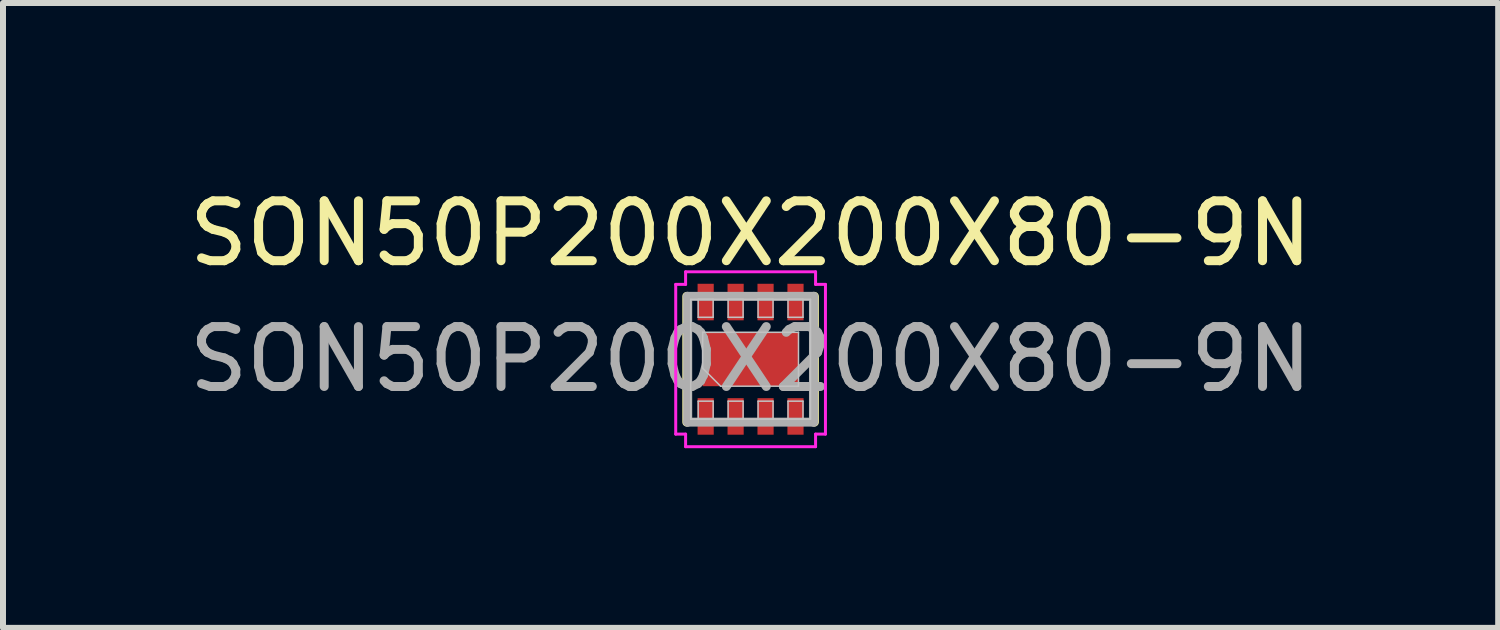
<source format=kicad_pcb>
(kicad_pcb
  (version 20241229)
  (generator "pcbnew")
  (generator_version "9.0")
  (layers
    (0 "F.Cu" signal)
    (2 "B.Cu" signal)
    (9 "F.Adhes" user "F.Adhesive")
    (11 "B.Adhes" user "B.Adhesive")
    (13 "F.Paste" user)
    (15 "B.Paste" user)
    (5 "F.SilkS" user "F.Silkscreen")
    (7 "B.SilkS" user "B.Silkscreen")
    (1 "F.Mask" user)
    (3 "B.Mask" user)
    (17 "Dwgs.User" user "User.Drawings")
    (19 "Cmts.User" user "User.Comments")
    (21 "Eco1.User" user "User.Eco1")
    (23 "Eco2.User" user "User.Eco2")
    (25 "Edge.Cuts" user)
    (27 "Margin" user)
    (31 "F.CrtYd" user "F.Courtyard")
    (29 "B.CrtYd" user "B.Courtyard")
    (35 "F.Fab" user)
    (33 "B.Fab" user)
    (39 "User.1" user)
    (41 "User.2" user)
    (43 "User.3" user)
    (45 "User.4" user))
  (footprint "SON50P200X200X80-9N"
    (layer "F.Cu")
    (at 9.482 2.948)
    (property "Reference" "SON50P200X200X80-9N" (at 0 0 0) (layer "F.Fab") (effects (font (size 1 1) (thickness 0.15))))
    (attr smd)
    (fp_line (start -1.065 1.05) (end -1.065 -1.05) (stroke (width 0.15) (type solid)) (layer "F.SilkS"))
    (fp_line (start 1.065 1.05) (end 1.065 -1.05) (stroke (width 0.15) (type solid)) (layer "F.SilkS"))
    (fp_line (start -1 -1) (end 1 -1) (stroke (width 0.025) (type solid)) (layer "Dwgs.User"))
    (fp_line (start -1 1) (end -1 -1) (stroke (width 0.025) (type solid)) (layer "Dwgs.User"))
    (fp_line (start -0.875 -1) (end -0.625 -1) (stroke (width 0.025) (type solid)) (layer "Dwgs.User"))
    (fp_line (start -0.875 -0.7) (end -0.875 -1) (stroke (width 0.025) (type solid)) (layer "Dwgs.User"))
    (fp_line (start -0.875 0.7) (end -0.625 0.7) (stroke (width 0.025) (type solid)) (layer "Dwgs.User"))
    (fp_line (start -0.875 1) (end -0.875 0.7) (stroke (width 0.025) (type solid)) (layer "Dwgs.User"))
    (fp_line (start -0.8 -0.45) (end -0.8 0.15) (stroke (width 0.025) (type solid)) (layer "Dwgs.User"))
    (fp_line (start -0.8 0.15) (end -0.5 0.45) (stroke (width 0.025) (type solid)) (layer "Dwgs.User"))
    (fp_line (start -0.625 -1) (end -0.625 -0.7) (stroke (width 0.025) (type solid)) (layer "Dwgs.User"))
    (fp_line (start -0.625 -0.7) (end -0.875 -0.7) (stroke (width 0.025) (type solid)) (layer "Dwgs.User"))
    (fp_line (start -0.625 0.7) (end -0.625 1) (stroke (width 0.025) (type solid)) (layer "Dwgs.User"))
    (fp_line (start -0.625 1) (end -0.875 1) (stroke (width 0.025) (type solid)) (layer "Dwgs.User"))
    (fp_line (start -0.5 0.45) (end 0.8 0.45) (stroke (width 0.025) (type solid)) (layer "Dwgs.User"))
    (fp_line (start -0.375 -1) (end -0.125 -1) (stroke (width 0.025) (type solid)) (layer "Dwgs.User"))
    (fp_line (start -0.375 -0.7) (end -0.375 -1) (stroke (width 0.025) (type solid)) (layer "Dwgs.User"))
    (fp_line (start -0.375 0.7) (end -0.125 0.7) (stroke (width 0.025) (type solid)) (layer "Dwgs.User"))
    (fp_line (start -0.375 1) (end -0.375 0.7) (stroke (width 0.025) (type solid)) (layer "Dwgs.User"))
    (fp_line (start -0.125 -1) (end -0.125 -0.7) (stroke (width 0.025) (type solid)) (layer "Dwgs.User"))
    (fp_line (start -0.125 -0.7) (end -0.375 -0.7) (stroke (width 0.025) (type solid)) (layer "Dwgs.User"))
    (fp_line (start -0.125 0.7) (end -0.125 1) (stroke (width 0.025) (type solid)) (layer "Dwgs.User"))
    (fp_line (start -0.125 1) (end -0.375 1) (stroke (width 0.025) (type solid)) (layer "Dwgs.User"))
    (fp_line (start 0.125 -1) (end 0.375 -1) (stroke (width 0.025) (type solid)) (layer "Dwgs.User"))
    (fp_line (start 0.125 -0.7) (end 0.125 -1) (stroke (width 0.025) (type solid)) (layer "Dwgs.User"))
    (fp_line (start 0.125 0.7) (end 0.375 0.7) (stroke (width 0.025) (type solid)) (layer "Dwgs.User"))
    (fp_line (start 0.125 1) (end 0.125 0.7) (stroke (width 0.025) (type solid)) (layer "Dwgs.User"))
    (fp_line (start 0.375 -1) (end 0.375 -0.7) (stroke (width 0.025) (type solid)) (layer "Dwgs.User"))
    (fp_line (start 0.375 -0.7) (end 0.125 -0.7) (stroke (width 0.025) (type solid)) (layer "Dwgs.User"))
    (fp_line (start 0.375 0.7) (end 0.375 1) (stroke (width 0.025) (type solid)) (layer "Dwgs.User"))
    (fp_line (start 0.375 1) (end 0.125 1) (stroke (width 0.025) (type solid)) (layer "Dwgs.User"))
    (fp_line (start 0.625 -1) (end 0.875 -1) (stroke (width 0.025) (type solid)) (layer "Dwgs.User"))
    (fp_line (start 0.625 -0.7) (end 0.625 -1) (stroke (width 0.025) (type solid)) (layer "Dwgs.User"))
    (fp_line (start 0.625 0.7) (end 0.875 0.7) (stroke (width 0.025) (type solid)) (layer "Dwgs.User"))
    (fp_line (start 0.625 1) (end 0.625 0.7) (stroke (width 0.025) (type solid)) (layer "Dwgs.User"))
    (fp_line (start 0.8 -0.45) (end -0.8 -0.45) (stroke (width 0.025) (type solid)) (layer "Dwgs.User"))
    (fp_line (start 0.8 0.45) (end 0.8 -0.45) (stroke (width 0.025) (type solid)) (layer "Dwgs.User"))
    (fp_line (start 0.875 -1) (end 0.875 -0.7) (stroke (width 0.025) (type solid)) (layer "Dwgs.User"))
    (fp_line (start 0.875 -0.7) (end 0.625 -0.7) (stroke (width 0.025) (type solid)) (layer "Dwgs.User"))
    (fp_line (start 0.875 0.7) (end 0.875 1) (stroke (width 0.025) (type solid)) (layer "Dwgs.User"))
    (fp_line (start 0.875 1) (end 0.625 1) (stroke (width 0.025) (type solid)) (layer "Dwgs.User"))
    (fp_line (start 1 -1) (end 1 1) (stroke (width 0.025) (type solid)) (layer "Dwgs.User"))
    (fp_line (start 1 1) (end -1 1) (stroke (width 0.025) (type solid)) (layer "Dwgs.User"))
    (fp_line (start -1.25 -1.25) (end -1.25 1.25) (stroke (width 0.05) (type solid)) (layer "F.CrtYd"))
    (fp_line (start -1.25 1.25) (end -1.085 1.25) (stroke (width 0.05) (type solid)) (layer "F.CrtYd"))
    (fp_line (start -1.085 -1.46) (end -1.085 -1.25) (stroke (width 0.05) (type solid)) (layer "F.CrtYd"))
    (fp_line (start -1.085 -1.25) (end -1.25 -1.25) (stroke (width 0.05) (type solid)) (layer "F.CrtYd"))
    (fp_line (start -1.085 1.25) (end -1.085 1.46) (stroke (width 0.05) (type solid)) (layer "F.CrtYd"))
    (fp_line (start -1.085 1.46) (end 1.085 1.46) (stroke (width 0.05) (type solid)) (layer "F.CrtYd"))
    (fp_line (start 1.085 -1.46) (end -1.085 -1.46) (stroke (width 0.05) (type solid)) (layer "F.CrtYd"))
    (fp_line (start 1.085 -1.25) (end 1.085 -1.46) (stroke (width 0.05) (type solid)) (layer "F.CrtYd"))
    (fp_line (start 1.085 1.25) (end 1.25 1.25) (stroke (width 0.05) (type solid)) (layer "F.CrtYd"))
    (fp_line (start 1.085 1.46) (end 1.085 1.25) (stroke (width 0.05) (type solid)) (layer "F.CrtYd"))
    (fp_line (start 1.25 -1.25) (end 1.085 -1.25) (stroke (width 0.05) (type solid)) (layer "F.CrtYd"))
    (fp_line (start 1.25 1.25) (end 1.25 -1.25) (stroke (width 0.05) (type solid)) (layer "F.CrtYd"))
    (fp_line (start -1.05 -1.05) (end 1.05 -1.05) (stroke (width 0.15) (type solid)) (layer "F.Fab"))
    (fp_line (start -1.05 1.05) (end -1.05 -1.05) (stroke (width 0.15) (type solid)) (layer "F.Fab"))
    (fp_line (start 1.05 -1.05) (end 1.05 1.05) (stroke (width 0.15) (type solid)) (layer "F.Fab"))
    (fp_line (start 1.05 1.05) (end -1.05 1.05) (stroke (width 0.15) (type solid)) (layer "F.Fab"))
    (fp_text user "${REFERENCE}" (at 0 -2.1 0) (layer "F.SilkS") (effects (font (size 1 1) (thickness 0.15))))
    (pad "" smd rect (at -0.4 0) (size 0.6 0.7) (layers "F.Paste"))
    (pad "" smd rect (at 0.4 0) (size 0.6 0.7) (layers "F.Paste"))
    (pad "1" smd rect (at -0.75 0.955 90) (size 0.61 0.27) (layers "F.Cu" "F.Mask" "F.Paste"))
    (pad "2" smd rect (at -0.25 0.955 90) (size 0.61 0.27) (layers "F.Cu" "F.Mask" "F.Paste"))
    (pad "3" smd rect (at 0.25 0.955 90) (size 0.61 0.27) (layers "F.Cu" "F.Mask" "F.Paste"))
    (pad "4" smd rect (at 0.75 0.955 90) (size 0.61 0.27) (layers "F.Cu" "F.Mask" "F.Paste"))
    (pad "5" smd rect (at 0.75 -0.955 90) (size 0.61 0.27) (layers "F.Cu" "F.Mask" "F.Paste"))
    (pad "6" smd rect (at 0.25 -0.955 90) (size 0.61 0.27) (layers "F.Cu" "F.Mask" "F.Paste"))
    (pad "7" smd rect (at -0.25 -0.955 90) (size 0.61 0.27) (layers "F.Cu" "F.Mask" "F.Paste"))
    (pad "8" smd rect (at -0.75 -0.955 90) (size 0.61 0.27) (layers "F.Cu" "F.Mask" "F.Paste"))
    (pad "9" smd rect (at 0 0 90) (size 0.9 1.6) (layers "F.Cu" "F.Mask")))
  (gr_rect
    (start -3 -3)
    (end 21.964 7.433)
    (stroke (width 0.1) (type default))
    (fill no)
    (layer "Edge.Cuts")))
</source>
